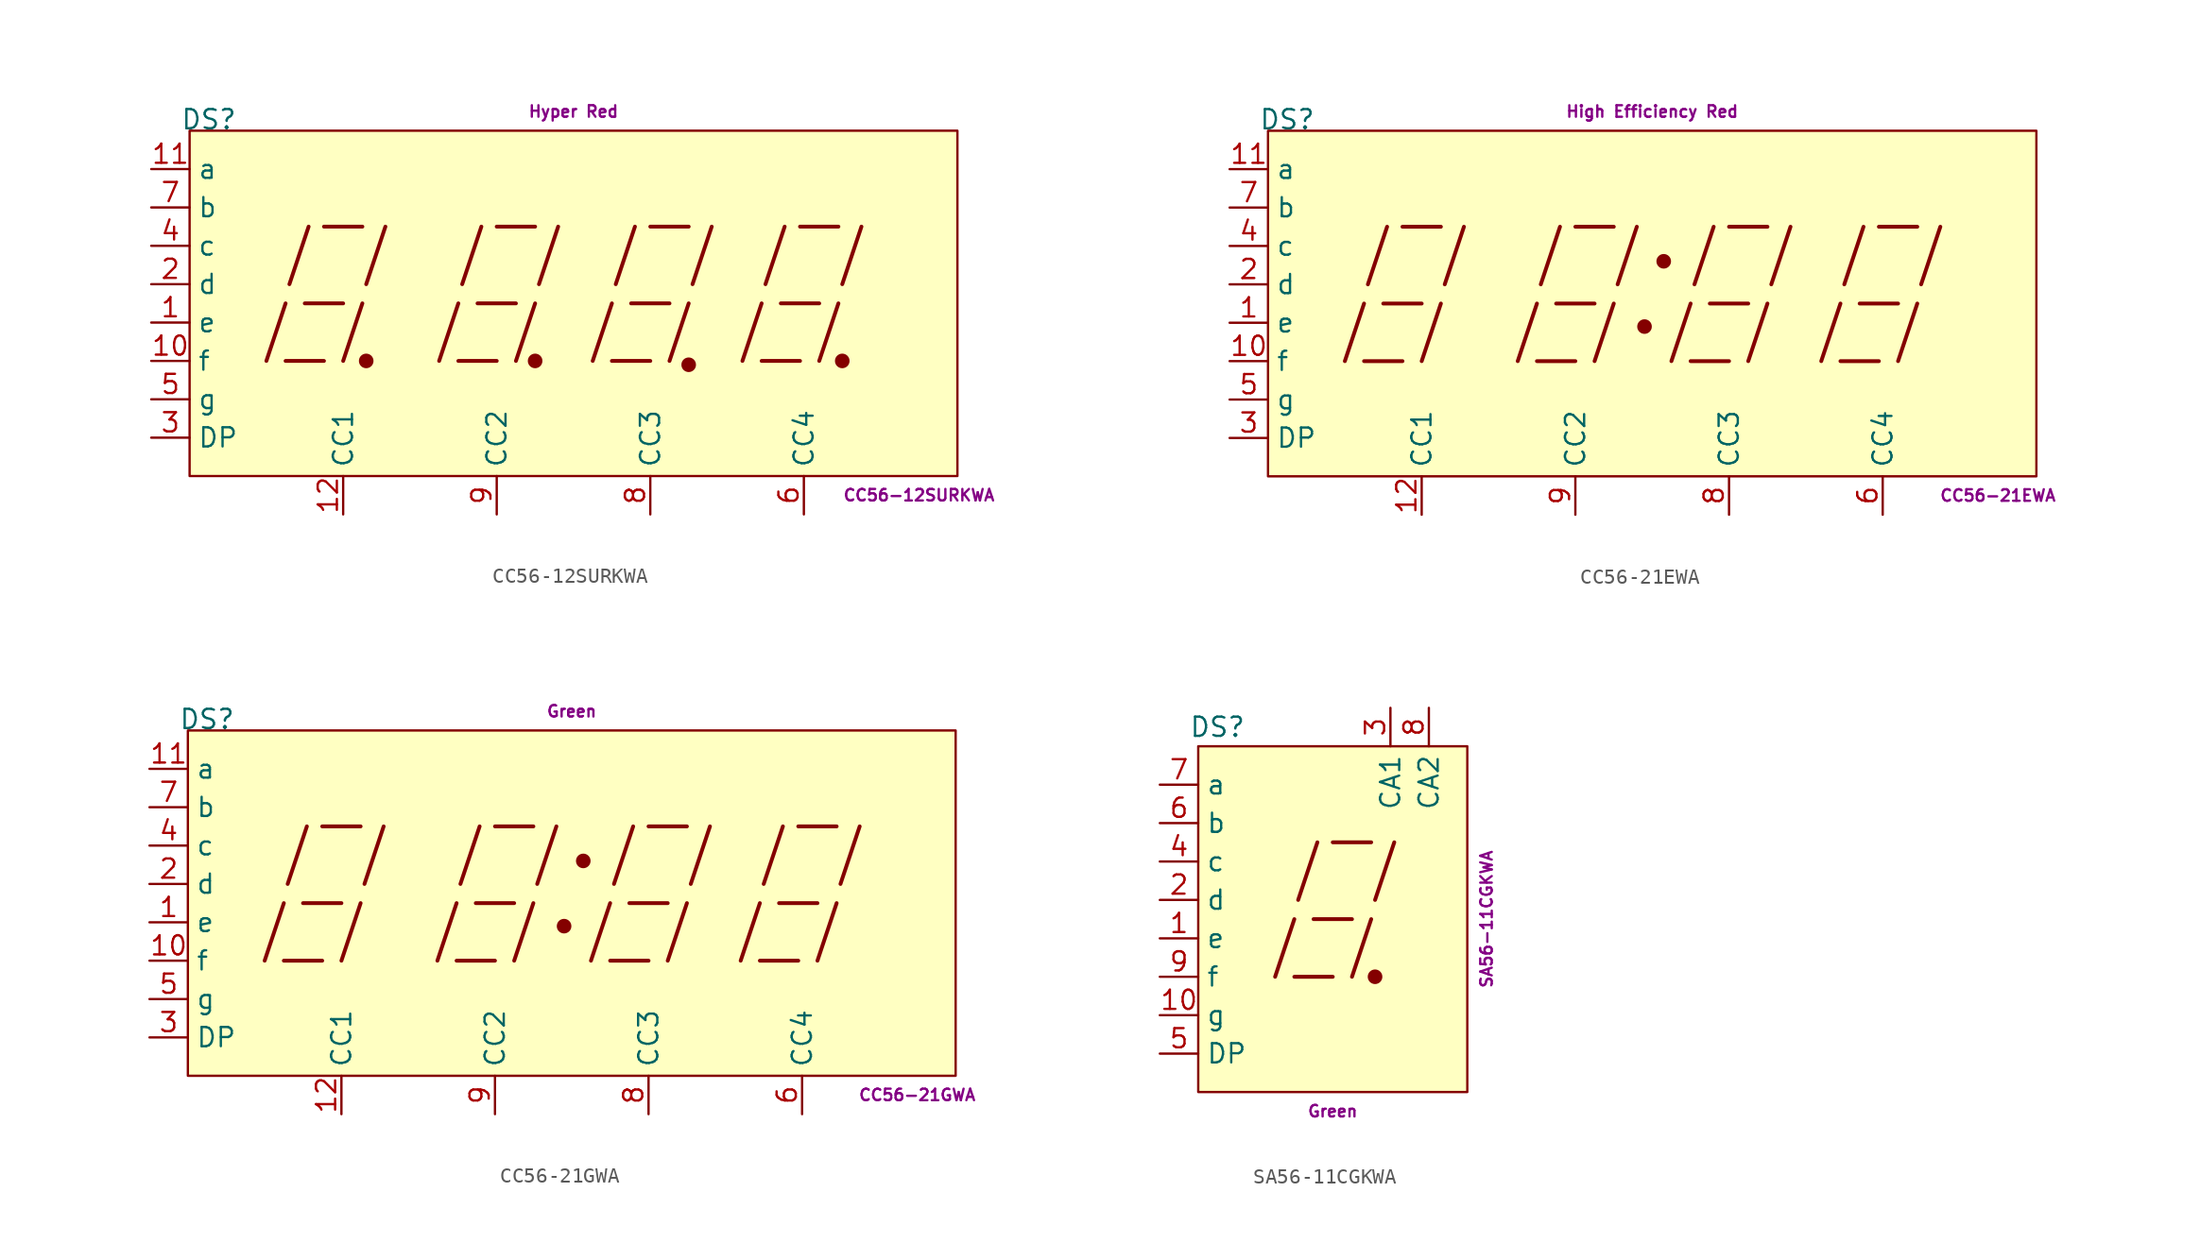
<source format=kicad_sym>
(kicad_symbol_lib
  (version 20211014)
  (generator kicad_symbol_editor)
  (symbol "CC56-12SURKWA"
    (property "Reference" "DS"
      (at -24.13 11.43 0)
      (effects (font (size 1.27 1.27)) (justify bottom)))
    (property "Color" "Hyper Red"
      (at 0 12.7 0)
      (effects (font (size 0.762 0.762))))
    (property "Name" "CC56-12SURKWA"
      (at 22.86 -12.7 0)
      (effects (font (size 0.762 0.762))))
    (symbol "CC56-12SURKWA_0_0"
      (rectangle (start -25.4 -11.43) (end 25.4 11.43) (stroke (width 0) (type default) (color 0 0 0 0)) (fill (type background)))
      (polyline (pts (xy -20.32 -3.81) (xy -19.05 0)) (stroke (width 0.254) (type default) (color 0 0 0 0)) (fill (type none)))
      (polyline (pts (xy -19.05 -3.81) (xy -16.51 -3.81)) (stroke (width 0.254) (type default) (color 0 0 0 0)) (fill (type none)))
      (polyline (pts (xy -18.796 1.27) (xy -17.526 5.08)) (stroke (width 0.254) (type default) (color 0 0 0 0)) (fill (type none)))
      (polyline (pts (xy -17.78 0) (xy -15.24 0)) (stroke (width 0.254) (type default) (color 0 0 0 0)) (fill (type none)))
      (polyline (pts (xy -16.51 5.08) (xy -13.97 5.08)) (stroke (width 0.254) (type default) (color 0 0 0 0)) (fill (type none)))
      (polyline (pts (xy -15.24 -3.81) (xy -13.97 0)) (stroke (width 0.254) (type default) (color 0 0 0 0)) (fill (type none)))
      (polyline (pts (xy -13.716 1.27) (xy -12.446 5.08)) (stroke (width 0.254) (type default) (color 0 0 0 0)) (fill (type none)))
      (polyline (pts (xy -8.89 -3.81) (xy -7.62 0)) (stroke (width 0.254) (type default) (color 0 0 0 0)) (fill (type none)))
      (polyline (pts (xy -7.62 -3.81) (xy -5.08 -3.81)) (stroke (width 0.254) (type default) (color 0 0 0 0)) (fill (type none)))
      (polyline (pts (xy -7.366 1.27) (xy -6.096 5.08)) (stroke (width 0.254) (type default) (color 0 0 0 0)) (fill (type none)))
      (polyline (pts (xy -6.35 0) (xy -3.81 0)) (stroke (width 0.254) (type default) (color 0 0 0 0)) (fill (type none)))
      (polyline (pts (xy -5.08 5.08) (xy -2.54 5.08)) (stroke (width 0.254) (type default) (color 0 0 0 0)) (fill (type none)))
      (polyline (pts (xy -3.81 -3.81) (xy -2.54 0)) (stroke (width 0.254) (type default) (color 0 0 0 0)) (fill (type none)))
      (polyline (pts (xy -2.286 1.27) (xy -1.016 5.08)) (stroke (width 0.254) (type default) (color 0 0 0 0)) (fill (type none)))
      (polyline (pts (xy 1.27 -3.81) (xy 2.54 0)) (stroke (width 0.254) (type default) (color 0 0 0 0)) (fill (type none)))
      (polyline (pts (xy 2.54 -3.81) (xy 5.08 -3.81)) (stroke (width 0.254) (type default) (color 0 0 0 0)) (fill (type none)))
      (polyline (pts (xy 2.794 1.27) (xy 4.064 5.08)) (stroke (width 0.254) (type default) (color 0 0 0 0)) (fill (type none)))
      (polyline (pts (xy 3.81 0) (xy 6.35 0)) (stroke (width 0.254) (type default) (color 0 0 0 0)) (fill (type none)))
      (polyline (pts (xy 5.08 5.08) (xy 7.62 5.08)) (stroke (width 0.254) (type default) (color 0 0 0 0)) (fill (type none)))
      (polyline (pts (xy 6.35 -3.81) (xy 7.62 0)) (stroke (width 0.254) (type default) (color 0 0 0 0)) (fill (type none)))
      (polyline (pts (xy 7.874 1.27) (xy 9.144 5.08)) (stroke (width 0.254) (type default) (color 0 0 0 0)) (fill (type none)))
      (polyline (pts (xy 11.176 -3.81) (xy 12.446 0)) (stroke (width 0.254) (type default) (color 0 0 0 0)) (fill (type none)))
      (polyline (pts (xy 12.446 -3.81) (xy 14.986 -3.81)) (stroke (width 0.254) (type default) (color 0 0 0 0)) (fill (type none)))
      (polyline (pts (xy 12.7 1.27) (xy 13.97 5.08)) (stroke (width 0.254) (type default) (color 0 0 0 0)) (fill (type none)))
      (polyline (pts (xy 13.716 0) (xy 16.256 0)) (stroke (width 0.254) (type default) (color 0 0 0 0)) (fill (type none)))
      (polyline (pts (xy 14.986 5.08) (xy 17.526 5.08)) (stroke (width 0.254) (type default) (color 0 0 0 0)) (fill (type none)))
      (polyline (pts (xy 16.256 -3.81) (xy 17.526 0)) (stroke (width 0.254) (type default) (color 0 0 0 0)) (fill (type none)))
      (polyline (pts (xy 17.78 1.27) (xy 19.05 5.08)) (stroke (width 0.254) (type default) (color 0 0 0 0)) (fill (type none))))
    (symbol "CC56-12SURKWA_0_1"
      (circle (center -13.716 -3.81) (radius 0.356) (stroke (width 0.254) (type default) (color 0 0 0 0)) (fill (type outline)))
      (circle (center -2.54 -3.81) (radius 0.356) (stroke (width 0.254) (type default) (color 0 0 0 0)) (fill (type outline))))
    (symbol "CC56-12SURKWA_1_0"
      (circle (center 7.62 -4.064) (radius 0.356) (stroke (width 0.254) (type default) (color 0 0 0 0)) (fill (type outline)))
      (circle (center 17.78 -3.81) (radius 0.356) (stroke (width 0.254) (type default) (color 0 0 0 0)) (fill (type outline))))
    (symbol "CC56-12SURKWA_1_1"
      (pin passive line (at -27.94 -1.27 0) (length 2.54) (name "e" (effects (font (size 1.27 1.27)))) (number "1" (effects (font (size 1.27 1.27)))))
      (pin passive line (at -27.94 -3.81 0) (length 2.54) (name "f" (effects (font (size 1.27 1.27)))) (number "10" (effects (font (size 1.27 1.27)))))
      (pin passive line (at -27.94 8.89 0) (length 2.54) (name "a" (effects (font (size 1.27 1.27)))) (number "11" (effects (font (size 1.27 1.27)))))
      (pin passive line (at -15.24 -13.97 90) (length 2.54) (name "CC1" (effects (font (size 1.27 1.27)))) (number "12" (effects (font (size 1.27 1.27)))))
      (pin passive line (at -27.94 1.27 0) (length 2.54) (name "d" (effects (font (size 1.27 1.27)))) (number "2" (effects (font (size 1.27 1.27)))))
      (pin passive line (at -27.94 -8.89 0) (length 2.54) (name "DP" (effects (font (size 1.27 1.27)))) (number "3" (effects (font (size 1.27 1.27)))))
      (pin passive line (at -27.94 3.81 0) (length 2.54) (name "c" (effects (font (size 1.27 1.27)))) (number "4" (effects (font (size 1.27 1.27)))))
      (pin passive line (at -27.94 -6.35 0) (length 2.54) (name "g" (effects (font (size 1.27 1.27)))) (number "5" (effects (font (size 1.27 1.27)))))
      (pin passive line (at 15.24 -13.97 90) (length 2.54) (name "CC4" (effects (font (size 1.27 1.27)))) (number "6" (effects (font (size 1.27 1.27)))))
      (pin passive line (at -27.94 6.35 0) (length 2.54) (name "b" (effects (font (size 1.27 1.27)))) (number "7" (effects (font (size 1.27 1.27)))))
      (pin passive line (at 5.08 -13.97 90) (length 2.54) (name "CC3" (effects (font (size 1.27 1.27)))) (number "8" (effects (font (size 1.27 1.27)))))
      (pin passive line (at -5.08 -13.97 90) (length 2.54) (name "CC2" (effects (font (size 1.27 1.27)))) (number "9" (effects (font (size 1.27 1.27)))))))
  (symbol "CC56-21EWA"
    (property "Reference" "DS"
      (at -24.13 11.43 0)
      (effects (font (size 1.27 1.27)) (justify bottom)))
    (property "Color" "High Efficiency Red"
      (at 0 12.7 0)
      (effects (font (size 0.762 0.762))))
    (property "Name" "CC56-21EWA"
      (at 22.86 -12.7 0)
      (effects (font (size 0.762 0.762))))
    (symbol "CC56-21EWA_0_0"
      (rectangle (start -25.4 -11.43) (end 25.4 11.43) (stroke (width 0) (type default) (color 0 0 0 0)) (fill (type background)))
      (polyline (pts (xy -20.32 -3.81) (xy -19.05 0)) (stroke (width 0.254) (type default) (color 0 0 0 0)) (fill (type none)))
      (polyline (pts (xy -19.05 -3.81) (xy -16.51 -3.81)) (stroke (width 0.254) (type default) (color 0 0 0 0)) (fill (type none)))
      (polyline (pts (xy -18.796 1.27) (xy -17.526 5.08)) (stroke (width 0.254) (type default) (color 0 0 0 0)) (fill (type none)))
      (polyline (pts (xy -17.78 0) (xy -15.24 0)) (stroke (width 0.254) (type default) (color 0 0 0 0)) (fill (type none)))
      (polyline (pts (xy -16.51 5.08) (xy -13.97 5.08)) (stroke (width 0.254) (type default) (color 0 0 0 0)) (fill (type none)))
      (polyline (pts (xy -15.24 -3.81) (xy -13.97 0)) (stroke (width 0.254) (type default) (color 0 0 0 0)) (fill (type none)))
      (polyline (pts (xy -13.716 1.27) (xy -12.446 5.08)) (stroke (width 0.254) (type default) (color 0 0 0 0)) (fill (type none)))
      (polyline (pts (xy -8.89 -3.81) (xy -7.62 0)) (stroke (width 0.254) (type default) (color 0 0 0 0)) (fill (type none)))
      (polyline (pts (xy -7.62 -3.81) (xy -5.08 -3.81)) (stroke (width 0.254) (type default) (color 0 0 0 0)) (fill (type none)))
      (polyline (pts (xy -7.366 1.27) (xy -6.096 5.08)) (stroke (width 0.254) (type default) (color 0 0 0 0)) (fill (type none)))
      (polyline (pts (xy -6.35 0) (xy -3.81 0)) (stroke (width 0.254) (type default) (color 0 0 0 0)) (fill (type none)))
      (polyline (pts (xy -5.08 5.08) (xy -2.54 5.08)) (stroke (width 0.254) (type default) (color 0 0 0 0)) (fill (type none)))
      (polyline (pts (xy -3.81 -3.81) (xy -2.54 0)) (stroke (width 0.254) (type default) (color 0 0 0 0)) (fill (type none)))
      (polyline (pts (xy -2.286 1.27) (xy -1.016 5.08)) (stroke (width 0.254) (type default) (color 0 0 0 0)) (fill (type none)))
      (polyline (pts (xy 1.27 -3.81) (xy 2.54 0)) (stroke (width 0.254) (type default) (color 0 0 0 0)) (fill (type none)))
      (polyline (pts (xy 2.54 -3.81) (xy 5.08 -3.81)) (stroke (width 0.254) (type default) (color 0 0 0 0)) (fill (type none)))
      (polyline (pts (xy 2.794 1.27) (xy 4.064 5.08)) (stroke (width 0.254) (type default) (color 0 0 0 0)) (fill (type none)))
      (polyline (pts (xy 3.81 0) (xy 6.35 0)) (stroke (width 0.254) (type default) (color 0 0 0 0)) (fill (type none)))
      (polyline (pts (xy 5.08 5.08) (xy 7.62 5.08)) (stroke (width 0.254) (type default) (color 0 0 0 0)) (fill (type none)))
      (polyline (pts (xy 6.35 -3.81) (xy 7.62 0)) (stroke (width 0.254) (type default) (color 0 0 0 0)) (fill (type none)))
      (polyline (pts (xy 7.874 1.27) (xy 9.144 5.08)) (stroke (width 0.254) (type default) (color 0 0 0 0)) (fill (type none)))
      (polyline (pts (xy 11.176 -3.81) (xy 12.446 0)) (stroke (width 0.254) (type default) (color 0 0 0 0)) (fill (type none)))
      (polyline (pts (xy 12.446 -3.81) (xy 14.986 -3.81)) (stroke (width 0.254) (type default) (color 0 0 0 0)) (fill (type none)))
      (polyline (pts (xy 12.7 1.27) (xy 13.97 5.08)) (stroke (width 0.254) (type default) (color 0 0 0 0)) (fill (type none)))
      (polyline (pts (xy 13.716 0) (xy 16.256 0)) (stroke (width 0.254) (type default) (color 0 0 0 0)) (fill (type none)))
      (polyline (pts (xy 14.986 5.08) (xy 17.526 5.08)) (stroke (width 0.254) (type default) (color 0 0 0 0)) (fill (type none)))
      (polyline (pts (xy 16.256 -3.81) (xy 17.526 0)) (stroke (width 0.254) (type default) (color 0 0 0 0)) (fill (type none)))
      (polyline (pts (xy 17.78 1.27) (xy 19.05 5.08)) (stroke (width 0.254) (type default) (color 0 0 0 0)) (fill (type none))))
    (symbol "CC56-21EWA_0_1"
      (circle (center -0.508 -1.524) (radius 0.356) (stroke (width 0.254) (type default) (color 0 0 0 0)) (fill (type outline)))
      (circle (center 0.762 2.794) (radius 0.356) (stroke (width 0.254) (type default) (color 0 0 0 0)) (fill (type outline))))
    (symbol "CC56-21EWA_1_1"
      (pin passive line (at -27.94 -1.27 0) (length 2.54) (name "e" (effects (font (size 1.27 1.27)))) (number "1" (effects (font (size 1.27 1.27)))))
      (pin passive line (at -27.94 -3.81 0) (length 2.54) (name "f" (effects (font (size 1.27 1.27)))) (number "10" (effects (font (size 1.27 1.27)))))
      (pin passive line (at -27.94 8.89 0) (length 2.54) (name "a" (effects (font (size 1.27 1.27)))) (number "11" (effects (font (size 1.27 1.27)))))
      (pin passive line (at -15.24 -13.97 90) (length 2.54) (name "CC1" (effects (font (size 1.27 1.27)))) (number "12" (effects (font (size 1.27 1.27)))))
      (pin passive line (at -27.94 1.27 0) (length 2.54) (name "d" (effects (font (size 1.27 1.27)))) (number "2" (effects (font (size 1.27 1.27)))))
      (pin passive line (at -27.94 -8.89 0) (length 2.54) (name "DP" (effects (font (size 1.27 1.27)))) (number "3" (effects (font (size 1.27 1.27)))))
      (pin passive line (at -27.94 3.81 0) (length 2.54) (name "c" (effects (font (size 1.27 1.27)))) (number "4" (effects (font (size 1.27 1.27)))))
      (pin passive line (at -27.94 -6.35 0) (length 2.54) (name "g" (effects (font (size 1.27 1.27)))) (number "5" (effects (font (size 1.27 1.27)))))
      (pin passive line (at 15.24 -13.97 90) (length 2.54) (name "CC4" (effects (font (size 1.27 1.27)))) (number "6" (effects (font (size 1.27 1.27)))))
      (pin passive line (at -27.94 6.35 0) (length 2.54) (name "b" (effects (font (size 1.27 1.27)))) (number "7" (effects (font (size 1.27 1.27)))))
      (pin passive line (at 5.08 -13.97 90) (length 2.54) (name "CC3" (effects (font (size 1.27 1.27)))) (number "8" (effects (font (size 1.27 1.27)))))
      (pin passive line (at -5.08 -13.97 90) (length 2.54) (name "CC2" (effects (font (size 1.27 1.27)))) (number "9" (effects (font (size 1.27 1.27)))))))
  (symbol "CC56-21GWA"
    (property "Reference" "DS"
      (at -24.13 11.43 0)
      (effects (font (size 1.27 1.27)) (justify bottom)))
    (property "Color" "Green"
      (at 0 12.7 0)
      (effects (font (size 0.762 0.762))))
    (property "Name" "CC56-21GWA"
      (at 22.86 -12.7 0)
      (effects (font (size 0.762 0.762))))
    (symbol "CC56-21GWA_0_0"
      (rectangle (start -25.4 -11.43) (end 25.4 11.43) (stroke (width 0) (type default) (color 0 0 0 0)) (fill (type background)))
      (polyline (pts (xy -20.32 -3.81) (xy -19.05 0)) (stroke (width 0.254) (type default) (color 0 0 0 0)) (fill (type none)))
      (polyline (pts (xy -19.05 -3.81) (xy -16.51 -3.81)) (stroke (width 0.254) (type default) (color 0 0 0 0)) (fill (type none)))
      (polyline (pts (xy -18.796 1.27) (xy -17.526 5.08)) (stroke (width 0.254) (type default) (color 0 0 0 0)) (fill (type none)))
      (polyline (pts (xy -17.78 0) (xy -15.24 0)) (stroke (width 0.254) (type default) (color 0 0 0 0)) (fill (type none)))
      (polyline (pts (xy -16.51 5.08) (xy -13.97 5.08)) (stroke (width 0.254) (type default) (color 0 0 0 0)) (fill (type none)))
      (polyline (pts (xy -15.24 -3.81) (xy -13.97 0)) (stroke (width 0.254) (type default) (color 0 0 0 0)) (fill (type none)))
      (polyline (pts (xy -13.716 1.27) (xy -12.446 5.08)) (stroke (width 0.254) (type default) (color 0 0 0 0)) (fill (type none)))
      (polyline (pts (xy -8.89 -3.81) (xy -7.62 0)) (stroke (width 0.254) (type default) (color 0 0 0 0)) (fill (type none)))
      (polyline (pts (xy -7.62 -3.81) (xy -5.08 -3.81)) (stroke (width 0.254) (type default) (color 0 0 0 0)) (fill (type none)))
      (polyline (pts (xy -7.366 1.27) (xy -6.096 5.08)) (stroke (width 0.254) (type default) (color 0 0 0 0)) (fill (type none)))
      (polyline (pts (xy -6.35 0) (xy -3.81 0)) (stroke (width 0.254) (type default) (color 0 0 0 0)) (fill (type none)))
      (polyline (pts (xy -5.08 5.08) (xy -2.54 5.08)) (stroke (width 0.254) (type default) (color 0 0 0 0)) (fill (type none)))
      (polyline (pts (xy -3.81 -3.81) (xy -2.54 0)) (stroke (width 0.254) (type default) (color 0 0 0 0)) (fill (type none)))
      (polyline (pts (xy -2.286 1.27) (xy -1.016 5.08)) (stroke (width 0.254) (type default) (color 0 0 0 0)) (fill (type none)))
      (polyline (pts (xy 1.27 -3.81) (xy 2.54 0)) (stroke (width 0.254) (type default) (color 0 0 0 0)) (fill (type none)))
      (polyline (pts (xy 2.54 -3.81) (xy 5.08 -3.81)) (stroke (width 0.254) (type default) (color 0 0 0 0)) (fill (type none)))
      (polyline (pts (xy 2.794 1.27) (xy 4.064 5.08)) (stroke (width 0.254) (type default) (color 0 0 0 0)) (fill (type none)))
      (polyline (pts (xy 3.81 0) (xy 6.35 0)) (stroke (width 0.254) (type default) (color 0 0 0 0)) (fill (type none)))
      (polyline (pts (xy 5.08 5.08) (xy 7.62 5.08)) (stroke (width 0.254) (type default) (color 0 0 0 0)) (fill (type none)))
      (polyline (pts (xy 6.35 -3.81) (xy 7.62 0)) (stroke (width 0.254) (type default) (color 0 0 0 0)) (fill (type none)))
      (polyline (pts (xy 7.874 1.27) (xy 9.144 5.08)) (stroke (width 0.254) (type default) (color 0 0 0 0)) (fill (type none)))
      (polyline (pts (xy 11.176 -3.81) (xy 12.446 0)) (stroke (width 0.254) (type default) (color 0 0 0 0)) (fill (type none)))
      (polyline (pts (xy 12.446 -3.81) (xy 14.986 -3.81)) (stroke (width 0.254) (type default) (color 0 0 0 0)) (fill (type none)))
      (polyline (pts (xy 12.7 1.27) (xy 13.97 5.08)) (stroke (width 0.254) (type default) (color 0 0 0 0)) (fill (type none)))
      (polyline (pts (xy 13.716 0) (xy 16.256 0)) (stroke (width 0.254) (type default) (color 0 0 0 0)) (fill (type none)))
      (polyline (pts (xy 14.986 5.08) (xy 17.526 5.08)) (stroke (width 0.254) (type default) (color 0 0 0 0)) (fill (type none)))
      (polyline (pts (xy 16.256 -3.81) (xy 17.526 0)) (stroke (width 0.254) (type default) (color 0 0 0 0)) (fill (type none)))
      (polyline (pts (xy 17.78 1.27) (xy 19.05 5.08)) (stroke (width 0.254) (type default) (color 0 0 0 0)) (fill (type none))))
    (symbol "CC56-21GWA_0_1"
      (circle (center -0.508 -1.524) (radius 0.356) (stroke (width 0.254) (type default) (color 0 0 0 0)) (fill (type outline)))
      (circle (center 0.762 2.794) (radius 0.356) (stroke (width 0.254) (type default) (color 0 0 0 0)) (fill (type outline))))
    (symbol "CC56-21GWA_1_1"
      (pin passive line (at -27.94 -1.27 0) (length 2.54) (name "e" (effects (font (size 1.27 1.27)))) (number "1" (effects (font (size 1.27 1.27)))))
      (pin passive line (at -27.94 -3.81 0) (length 2.54) (name "f" (effects (font (size 1.27 1.27)))) (number "10" (effects (font (size 1.27 1.27)))))
      (pin passive line (at -27.94 8.89 0) (length 2.54) (name "a" (effects (font (size 1.27 1.27)))) (number "11" (effects (font (size 1.27 1.27)))))
      (pin passive line (at -15.24 -13.97 90) (length 2.54) (name "CC1" (effects (font (size 1.27 1.27)))) (number "12" (effects (font (size 1.27 1.27)))))
      (pin passive line (at -27.94 1.27 0) (length 2.54) (name "d" (effects (font (size 1.27 1.27)))) (number "2" (effects (font (size 1.27 1.27)))))
      (pin passive line (at -27.94 -8.89 0) (length 2.54) (name "DP" (effects (font (size 1.27 1.27)))) (number "3" (effects (font (size 1.27 1.27)))))
      (pin passive line (at -27.94 3.81 0) (length 2.54) (name "c" (effects (font (size 1.27 1.27)))) (number "4" (effects (font (size 1.27 1.27)))))
      (pin passive line (at -27.94 -6.35 0) (length 2.54) (name "g" (effects (font (size 1.27 1.27)))) (number "5" (effects (font (size 1.27 1.27)))))
      (pin passive line (at 15.24 -13.97 90) (length 2.54) (name "CC4" (effects (font (size 1.27 1.27)))) (number "6" (effects (font (size 1.27 1.27)))))
      (pin passive line (at -27.94 6.35 0) (length 2.54) (name "b" (effects (font (size 1.27 1.27)))) (number "7" (effects (font (size 1.27 1.27)))))
      (pin passive line (at 5.08 -13.97 90) (length 2.54) (name "CC3" (effects (font (size 1.27 1.27)))) (number "8" (effects (font (size 1.27 1.27)))))
      (pin passive line (at -5.08 -13.97 90) (length 2.54) (name "CC2" (effects (font (size 1.27 1.27)))) (number "9" (effects (font (size 1.27 1.27)))))))
  (symbol "SA56-11CGKWA"
    (property "Reference" "DS"
      (at -7.62 12.7 0)
      (effects (font (size 1.27 1.27))))
    (property "Color" "Green"
      (at 0 -12.7 0)
      (effects (font (size 0.762 0.762))))
    (property "Name" "SA56-11CGKWA"
      (at 10.16 0 90)
      (effects (font (size 0.762 0.762))))
    (symbol "SA56-11CGKWA_0_0"
      (rectangle (start -8.89 11.43) (end 8.89 -11.43) (stroke (width 0) (type default) (color 0 0 0 0)) (fill (type background)))
      (polyline (pts (xy -3.81 -3.81) (xy -2.54 0)) (stroke (width 0.254) (type default) (color 0 0 0 0)) (fill (type none)))
      (polyline (pts (xy -2.54 -3.81) (xy 0 -3.81)) (stroke (width 0.254) (type default) (color 0 0 0 0)) (fill (type none)))
      (polyline (pts (xy -2.286 1.27) (xy -1.016 5.08)) (stroke (width 0.254) (type default) (color 0 0 0 0)) (fill (type none)))
      (polyline (pts (xy -1.27 0) (xy 1.27 0)) (stroke (width 0.254) (type default) (color 0 0 0 0)) (fill (type none)))
      (polyline (pts (xy 0 5.08) (xy 2.54 5.08)) (stroke (width 0.254) (type default) (color 0 0 0 0)) (fill (type none)))
      (polyline (pts (xy 1.27 -3.81) (xy 2.54 0)) (stroke (width 0.254) (type default) (color 0 0 0 0)) (fill (type none)))
      (polyline (pts (xy 2.794 1.27) (xy 4.064 5.08)) (stroke (width 0.254) (type default) (color 0 0 0 0)) (fill (type none))))
    (symbol "SA56-11CGKWA_0_1"
      (circle (center 2.794 -3.81) (radius 0.356) (stroke (width 0.254) (type default) (color 0 0 0 0)) (fill (type outline))))
    (symbol "SA56-11CGKWA_1_1"
      (pin passive line (at -11.43 -1.27 0) (length 2.54) (name "e" (effects (font (size 1.27 1.27)))) (number "1" (effects (font (size 1.27 1.27)))))
      (pin passive line (at -11.43 -6.35 0) (length 2.54) (name "g" (effects (font (size 1.27 1.27)))) (number "10" (effects (font (size 1.27 1.27)))))
      (pin passive line (at -11.43 1.27 0) (length 2.54) (name "d" (effects (font (size 1.27 1.27)))) (number "2" (effects (font (size 1.27 1.27)))))
      (pin passive line (at 3.81 13.97 270) (length 2.54) (name "CA1" (effects (font (size 1.27 1.27)))) (number "3" (effects (font (size 1.27 1.27)))))
      (pin passive line (at -11.43 3.81 0) (length 2.54) (name "c" (effects (font (size 1.27 1.27)))) (number "4" (effects (font (size 1.27 1.27)))))
      (pin passive line (at -11.43 -8.89 0) (length 2.54) (name "DP" (effects (font (size 1.27 1.27)))) (number "5" (effects (font (size 1.27 1.27)))))
      (pin passive line (at -11.43 6.35 0) (length 2.54) (name "b" (effects (font (size 1.27 1.27)))) (number "6" (effects (font (size 1.27 1.27)))))
      (pin passive line (at -11.43 8.89 0) (length 2.54) (name "a" (effects (font (size 1.27 1.27)))) (number "7" (effects (font (size 1.27 1.27)))))
      (pin passive line (at 6.35 13.97 270) (length 2.54) (name "CA2" (effects (font (size 1.27 1.27)))) (number "8" (effects (font (size 1.27 1.27)))))
      (pin passive line (at -11.43 -3.81 0) (length 2.54) (name "f" (effects (font (size 1.27 1.27)))) (number "9" (effects (font (size 1.27 1.27))))))))
</source>
